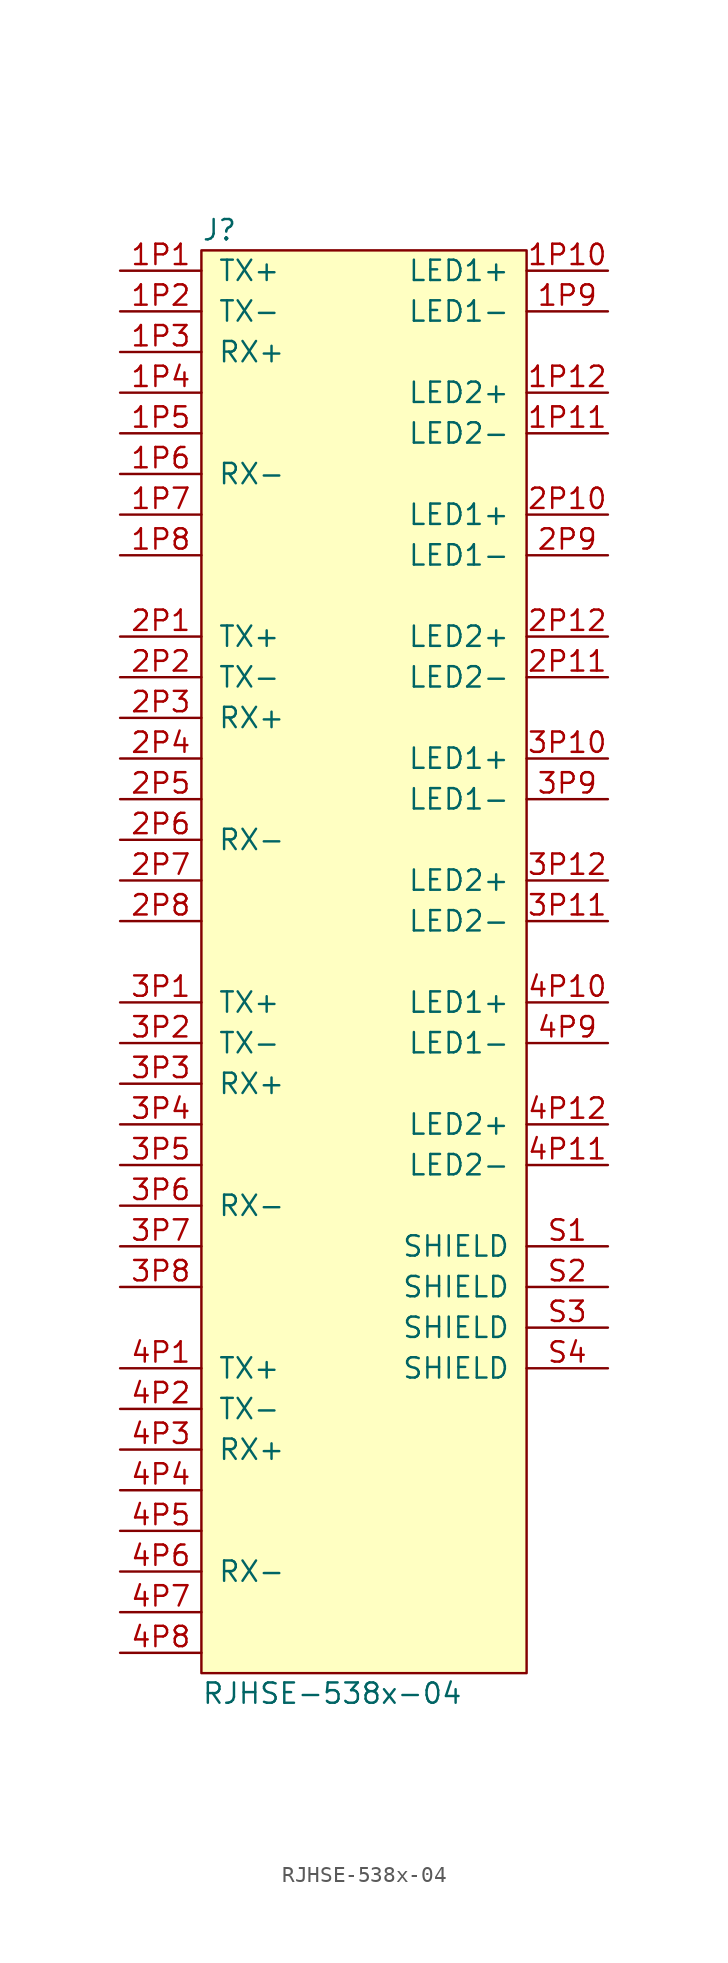
<source format=kicad_sym>
(kicad_symbol_lib
  (version 20211014)
  (generator agg_kicad.build_lib_ic)
  (symbol "RJHSE-538x-04"
    (pin_names
      (offset 1.016))
    (property Reference J
      (at -10.16 45.72 0)
      (effects (font (size 1.27 1.27)) (justify left)))
    (property Value "RJHSE-538x-04"
      (at -10.16 -45.72 0)
      (effects (font (size 1.27 1.27)) (justify left)))
    (symbol "RJHSE-538x-04_0_0"
      (rectangle (start -10.16 44.45) (end 10.16 -44.45) (stroke (width 0) (type default) (color 0 0 0 0)) (fill (type background)))
      (pin passive line (at -15.24 43.18 0) (length 5.08) (name "TX+" (effects (font (size 1.27 1.27)))) (number "1P1" (effects (font (size 1.27 1.27)))))
      (pin passive line (at -15.24 40.64 0) (length 5.08) (name "TX-" (effects (font (size 1.27 1.27)))) (number "1P2" (effects (font (size 1.27 1.27)))))
      (pin passive line (at -15.24 38.1 0) (length 5.08) (name "RX+" (effects (font (size 1.27 1.27)))) (number "1P3" (effects (font (size 1.27 1.27)))))
      (pin passive line (at -15.24 35.56 0) (length 5.08) (name "~" (effects (font (size 1.27 1.27)))) (number "1P4" (effects (font (size 1.27 1.27)))))
      (pin passive line (at -15.24 33.02 0) (length 5.08) (name "~" (effects (font (size 1.27 1.27)))) (number "1P5" (effects (font (size 1.27 1.27)))))
      (pin passive line (at -15.24 30.48 0) (length 5.08) (name "RX-" (effects (font (size 1.27 1.27)))) (number "1P6" (effects (font (size 1.27 1.27)))))
      (pin passive line (at -15.24 27.94 0) (length 5.08) (name "~" (effects (font (size 1.27 1.27)))) (number "1P7" (effects (font (size 1.27 1.27)))))
      (pin passive line (at -15.24 25.4 0) (length 5.08) (name "~" (effects (font (size 1.27 1.27)))) (number "1P8" (effects (font (size 1.27 1.27)))))
      (pin passive line (at -15.24 20.32 0) (length 5.08) (name "TX+" (effects (font (size 1.27 1.27)))) (number "2P1" (effects (font (size 1.27 1.27)))))
      (pin passive line (at -15.24 17.78 0) (length 5.08) (name "TX-" (effects (font (size 1.27 1.27)))) (number "2P2" (effects (font (size 1.27 1.27)))))
      (pin passive line (at -15.24 15.24 0) (length 5.08) (name "RX+" (effects (font (size 1.27 1.27)))) (number "2P3" (effects (font (size 1.27 1.27)))))
      (pin passive line (at -15.24 12.7 0) (length 5.08) (name "~" (effects (font (size 1.27 1.27)))) (number "2P4" (effects (font (size 1.27 1.27)))))
      (pin passive line (at -15.24 10.16 0) (length 5.08) (name "~" (effects (font (size 1.27 1.27)))) (number "2P5" (effects (font (size 1.27 1.27)))))
      (pin passive line (at -15.24 7.62 0) (length 5.08) (name "RX-" (effects (font (size 1.27 1.27)))) (number "2P6" (effects (font (size 1.27 1.27)))))
      (pin passive line (at -15.24 5.08 0) (length 5.08) (name "~" (effects (font (size 1.27 1.27)))) (number "2P7" (effects (font (size 1.27 1.27)))))
      (pin passive line (at -15.24 2.54 0) (length 5.08) (name "~" (effects (font (size 1.27 1.27)))) (number "2P8" (effects (font (size 1.27 1.27)))))
      (pin passive line (at -15.24 -2.54 0) (length 5.08) (name "TX+" (effects (font (size 1.27 1.27)))) (number "3P1" (effects (font (size 1.27 1.27)))))
      (pin passive line (at -15.24 -5.08 0) (length 5.08) (name "TX-" (effects (font (size 1.27 1.27)))) (number "3P2" (effects (font (size 1.27 1.27)))))
      (pin passive line (at -15.24 -7.62 0) (length 5.08) (name "RX+" (effects (font (size 1.27 1.27)))) (number "3P3" (effects (font (size 1.27 1.27)))))
      (pin passive line (at -15.24 -10.16 0) (length 5.08) (name "~" (effects (font (size 1.27 1.27)))) (number "3P4" (effects (font (size 1.27 1.27)))))
      (pin passive line (at -15.24 -12.7 0) (length 5.08) (name "~" (effects (font (size 1.27 1.27)))) (number "3P5" (effects (font (size 1.27 1.27)))))
      (pin passive line (at -15.24 -15.24 0) (length 5.08) (name "RX-" (effects (font (size 1.27 1.27)))) (number "3P6" (effects (font (size 1.27 1.27)))))
      (pin passive line (at -15.24 -17.78 0) (length 5.08) (name "~" (effects (font (size 1.27 1.27)))) (number "3P7" (effects (font (size 1.27 1.27)))))
      (pin passive line (at -15.24 -20.32 0) (length 5.08) (name "~" (effects (font (size 1.27 1.27)))) (number "3P8" (effects (font (size 1.27 1.27)))))
      (pin passive line (at -15.24 -25.4 0) (length 5.08) (name "TX+" (effects (font (size 1.27 1.27)))) (number "4P1" (effects (font (size 1.27 1.27)))))
      (pin passive line (at -15.24 -27.94 0) (length 5.08) (name "TX-" (effects (font (size 1.27 1.27)))) (number "4P2" (effects (font (size 1.27 1.27)))))
      (pin passive line (at -15.24 -30.48 0) (length 5.08) (name "RX+" (effects (font (size 1.27 1.27)))) (number "4P3" (effects (font (size 1.27 1.27)))))
      (pin passive line (at -15.24 -33.02 0) (length 5.08) (name "~" (effects (font (size 1.27 1.27)))) (number "4P4" (effects (font (size 1.27 1.27)))))
      (pin passive line (at -15.24 -35.56 0) (length 5.08) (name "~" (effects (font (size 1.27 1.27)))) (number "4P5" (effects (font (size 1.27 1.27)))))
      (pin passive line (at -15.24 -38.1 0) (length 5.08) (name "RX-" (effects (font (size 1.27 1.27)))) (number "4P6" (effects (font (size 1.27 1.27)))))
      (pin passive line (at -15.24 -40.64 0) (length 5.08) (name "~" (effects (font (size 1.27 1.27)))) (number "4P7" (effects (font (size 1.27 1.27)))))
      (pin passive line (at -15.24 -43.18 0) (length 5.08) (name "~" (effects (font (size 1.27 1.27)))) (number "4P8" (effects (font (size 1.27 1.27)))))
      (pin passive line (at 15.24 43.18 180) (length 5.08) (name "LED1+" (effects (font (size 1.27 1.27)))) (number "1P10" (effects (font (size 1.27 1.27)))))
      (pin passive line (at 15.24 40.64 180) (length 5.08) (name "LED1-" (effects (font (size 1.27 1.27)))) (number "1P9" (effects (font (size 1.27 1.27)))))
      (pin passive line (at 15.24 35.56 180) (length 5.08) (name "LED2+" (effects (font (size 1.27 1.27)))) (number "1P12" (effects (font (size 1.27 1.27)))))
      (pin passive line (at 15.24 33.02 180) (length 5.08) (name "LED2-" (effects (font (size 1.27 1.27)))) (number "1P11" (effects (font (size 1.27 1.27)))))
      (pin passive line (at 15.24 27.94 180) (length 5.08) (name "LED1+" (effects (font (size 1.27 1.27)))) (number "2P10" (effects (font (size 1.27 1.27)))))
      (pin passive line (at 15.24 25.4 180) (length 5.08) (name "LED1-" (effects (font (size 1.27 1.27)))) (number "2P9" (effects (font (size 1.27 1.27)))))
      (pin passive line (at 15.24 20.32 180) (length 5.08) (name "LED2+" (effects (font (size 1.27 1.27)))) (number "2P12" (effects (font (size 1.27 1.27)))))
      (pin passive line (at 15.24 17.78 180) (length 5.08) (name "LED2-" (effects (font (size 1.27 1.27)))) (number "2P11" (effects (font (size 1.27 1.27)))))
      (pin passive line (at 15.24 12.7 180) (length 5.08) (name "LED1+" (effects (font (size 1.27 1.27)))) (number "3P10" (effects (font (size 1.27 1.27)))))
      (pin passive line (at 15.24 10.16 180) (length 5.08) (name "LED1-" (effects (font (size 1.27 1.27)))) (number "3P9" (effects (font (size 1.27 1.27)))))
      (pin passive line (at 15.24 5.08 180) (length 5.08) (name "LED2+" (effects (font (size 1.27 1.27)))) (number "3P12" (effects (font (size 1.27 1.27)))))
      (pin passive line (at 15.24 2.54 180) (length 5.08) (name "LED2-" (effects (font (size 1.27 1.27)))) (number "3P11" (effects (font (size 1.27 1.27)))))
      (pin passive line (at 15.24 -2.54 180) (length 5.08) (name "LED1+" (effects (font (size 1.27 1.27)))) (number "4P10" (effects (font (size 1.27 1.27)))))
      (pin passive line (at 15.24 -5.08 180) (length 5.08) (name "LED1-" (effects (font (size 1.27 1.27)))) (number "4P9" (effects (font (size 1.27 1.27)))))
      (pin passive line (at 15.24 -10.16 180) (length 5.08) (name "LED2+" (effects (font (size 1.27 1.27)))) (number "4P12" (effects (font (size 1.27 1.27)))))
      (pin passive line (at 15.24 -12.7 180) (length 5.08) (name "LED2-" (effects (font (size 1.27 1.27)))) (number "4P11" (effects (font (size 1.27 1.27)))))
      (pin passive line (at 15.24 -17.78 180) (length 5.08) (name SHIELD (effects (font (size 1.27 1.27)))) (number "S1" (effects (font (size 1.27 1.27)))))
      (pin passive line (at 15.24 -20.32 180) (length 5.08) (name SHIELD (effects (font (size 1.27 1.27)))) (number "S2" (effects (font (size 1.27 1.27)))))
      (pin passive line (at 15.24 -22.86 180) (length 5.08) (name SHIELD (effects (font (size 1.27 1.27)))) (number "S3" (effects (font (size 1.27 1.27)))))
      (pin passive line (at 15.24 -25.4 180) (length 5.08) (name SHIELD (effects (font (size 1.27 1.27)))) (number "S4" (effects (font (size 1.27 1.27))))))))
</source>
